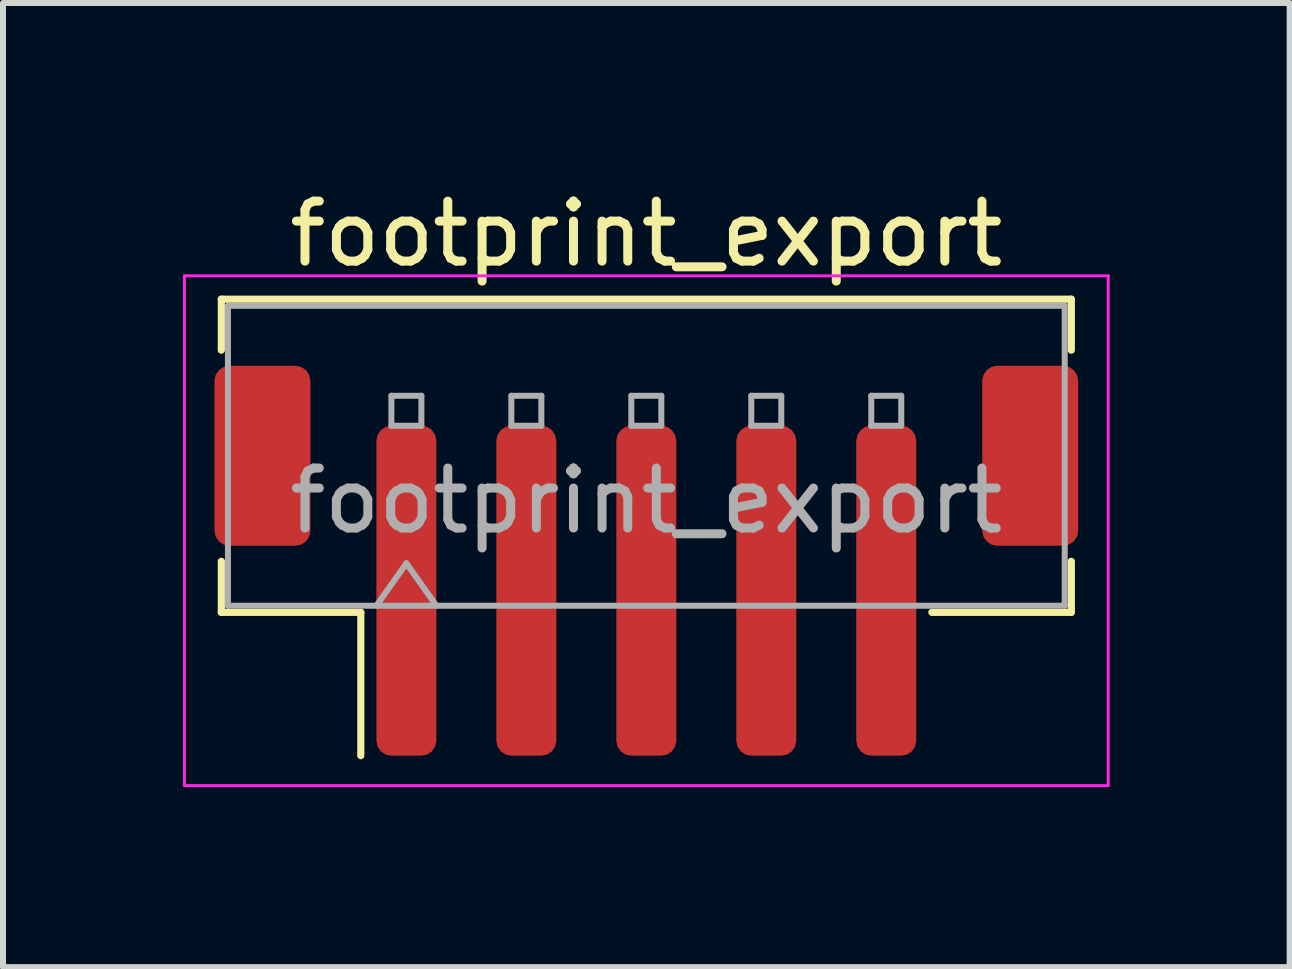
<source format=kicad_pcb>
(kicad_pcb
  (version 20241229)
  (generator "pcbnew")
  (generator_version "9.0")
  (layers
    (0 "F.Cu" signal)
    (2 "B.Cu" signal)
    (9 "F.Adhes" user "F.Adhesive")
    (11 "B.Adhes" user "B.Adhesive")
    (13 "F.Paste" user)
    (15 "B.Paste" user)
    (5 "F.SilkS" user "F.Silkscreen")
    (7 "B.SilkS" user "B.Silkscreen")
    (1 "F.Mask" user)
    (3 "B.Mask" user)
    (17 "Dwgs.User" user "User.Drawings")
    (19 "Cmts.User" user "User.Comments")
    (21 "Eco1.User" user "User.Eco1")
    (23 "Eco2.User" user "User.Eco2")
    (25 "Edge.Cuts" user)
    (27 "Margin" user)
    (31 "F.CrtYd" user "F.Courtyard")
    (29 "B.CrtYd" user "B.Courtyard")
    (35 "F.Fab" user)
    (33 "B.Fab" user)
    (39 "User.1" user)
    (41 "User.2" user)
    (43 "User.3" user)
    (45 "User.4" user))
  (footprint "footprint_export"
    (layer "F.Cu")
    (at 7.725 6.298)
    (property "Reference" "footprint_export" (at 0 -5.45 0) (layer "F.SilkS") (effects (font (size 1 1) (thickness 0.15))))
    (attr smd)
    (fp_line (start -7.085 -4.36) (end 7.085 -4.36) (stroke (width 0.12) (type solid)) (layer "F.SilkS"))
    (fp_line (start -7.085 -3.51) (end -7.085 -4.36) (stroke (width 0.12) (type solid)) (layer "F.SilkS"))
    (fp_line (start -7.085 0.01) (end -7.085 0.86) (stroke (width 0.12) (type solid)) (layer "F.SilkS"))
    (fp_line (start -7.085 0.86) (end -4.76 0.86) (stroke (width 0.12) (type solid)) (layer "F.SilkS"))
    (fp_line (start -4.76 0.86) (end -4.76 3.25) (stroke (width 0.12) (type solid)) (layer "F.SilkS"))
    (fp_line (start 7.085 -4.36) (end 7.085 -3.51) (stroke (width 0.12) (type solid)) (layer "F.SilkS"))
    (fp_line (start 7.085 0.01) (end 7.085 0.86) (stroke (width 0.12) (type solid)) (layer "F.SilkS"))
    (fp_line (start 7.085 0.86) (end 4.76 0.86) (stroke (width 0.12) (type solid)) (layer "F.SilkS"))
    (fp_line (start -7.7 -4.75) (end -7.7 3.75) (stroke (width 0.05) (type solid)) (layer "F.CrtYd"))
    (fp_line (start -7.7 3.75) (end 7.7 3.75) (stroke (width 0.05) (type solid)) (layer "F.CrtYd"))
    (fp_line (start 7.7 -4.75) (end -7.7 -4.75) (stroke (width 0.05) (type solid)) (layer "F.CrtYd"))
    (fp_line (start 7.7 3.75) (end 7.7 -4.75) (stroke (width 0.05) (type solid)) (layer "F.CrtYd"))
    (fp_line (start -6.975 -4.25) (end 6.975 -4.25) (stroke (width 0.1) (type solid)) (layer "F.Fab"))
    (fp_line (start -6.975 0.75) (end -6.975 -4.25) (stroke (width 0.1) (type solid)) (layer "F.Fab"))
    (fp_line (start -6.975 0.75) (end 6.975 0.75) (stroke (width 0.1) (type solid)) (layer "F.Fab"))
    (fp_line (start -4.5 0.75) (end -4 0.043) (stroke (width 0.1) (type solid)) (layer "F.Fab"))
    (fp_line (start -4.25 -2.75) (end -4.25 -2.25) (stroke (width 0.1) (type solid)) (layer "F.Fab"))
    (fp_line (start -4.25 -2.25) (end -3.75 -2.25) (stroke (width 0.1) (type solid)) (layer "F.Fab"))
    (fp_line (start -4 0.043) (end -3.5 0.75) (stroke (width 0.1) (type solid)) (layer "F.Fab"))
    (fp_line (start -3.75 -2.75) (end -4.25 -2.75) (stroke (width 0.1) (type solid)) (layer "F.Fab"))
    (fp_line (start -3.75 -2.25) (end -3.75 -2.75) (stroke (width 0.1) (type solid)) (layer "F.Fab"))
    (fp_line (start -2.25 -2.75) (end -2.25 -2.25) (stroke (width 0.1) (type solid)) (layer "F.Fab"))
    (fp_line (start -2.25 -2.25) (end -1.75 -2.25) (stroke (width 0.1) (type solid)) (layer "F.Fab"))
    (fp_line (start -1.75 -2.75) (end -2.25 -2.75) (stroke (width 0.1) (type solid)) (layer "F.Fab"))
    (fp_line (start -1.75 -2.25) (end -1.75 -2.75) (stroke (width 0.1) (type solid)) (layer "F.Fab"))
    (fp_line (start -0.25 -2.75) (end -0.25 -2.25) (stroke (width 0.1) (type solid)) (layer "F.Fab"))
    (fp_line (start -0.25 -2.25) (end 0.25 -2.25) (stroke (width 0.1) (type solid)) (layer "F.Fab"))
    (fp_line (start 0.25 -2.75) (end -0.25 -2.75) (stroke (width 0.1) (type solid)) (layer "F.Fab"))
    (fp_line (start 0.25 -2.25) (end 0.25 -2.75) (stroke (width 0.1) (type solid)) (layer "F.Fab"))
    (fp_line (start 1.75 -2.75) (end 1.75 -2.25) (stroke (width 0.1) (type solid)) (layer "F.Fab"))
    (fp_line (start 1.75 -2.25) (end 2.25 -2.25) (stroke (width 0.1) (type solid)) (layer "F.Fab"))
    (fp_line (start 2.25 -2.75) (end 1.75 -2.75) (stroke (width 0.1) (type solid)) (layer "F.Fab"))
    (fp_line (start 2.25 -2.25) (end 2.25 -2.75) (stroke (width 0.1) (type solid)) (layer "F.Fab"))
    (fp_line (start 3.75 -2.75) (end 3.75 -2.25) (stroke (width 0.1) (type solid)) (layer "F.Fab"))
    (fp_line (start 3.75 -2.25) (end 4.25 -2.25) (stroke (width 0.1) (type solid)) (layer "F.Fab"))
    (fp_line (start 4.25 -2.75) (end 3.75 -2.75) (stroke (width 0.1) (type solid)) (layer "F.Fab"))
    (fp_line (start 4.25 -2.25) (end 4.25 -2.75) (stroke (width 0.1) (type solid)) (layer "F.Fab"))
    (fp_line (start 6.975 0.75) (end 6.975 -4.25) (stroke (width 0.1) (type solid)) (layer "F.Fab"))
    (fp_text user "${REFERENCE}" (at 0 -1 0) (layer "F.Fab") (effects (font (size 1 1) (thickness 0.15))))
    (pad "1" smd roundrect (at -4 0.5) (size 1 5.5) (layers "F.Cu" "F.Mask" "F.Paste") (roundrect_rratio 0.25))
    (pad "2" smd roundrect (at -2 0.5) (size 1 5.5) (layers "F.Cu" "F.Mask" "F.Paste") (roundrect_rratio 0.25))
    (pad "3" smd roundrect (at 0 0.5) (size 1 5.5) (layers "F.Cu" "F.Mask" "F.Paste") (roundrect_rratio 0.25))
    (pad "4" smd roundrect (at 2 0.5) (size 1 5.5) (layers "F.Cu" "F.Mask" "F.Paste") (roundrect_rratio 0.25))
    (pad "5" smd roundrect (at 4 0.5) (size 1 5.5) (layers "F.Cu" "F.Mask" "F.Paste") (roundrect_rratio 0.25))
    (pad "MP" smd roundrect (at -6.4 -1.75) (size 1.6 3) (layers "F.Cu" "F.Mask" "F.Paste") (roundrect_rratio 0.156))
    (pad "MP" smd roundrect (at 6.4 -1.75) (size 1.6 3) (layers "F.Cu" "F.Mask" "F.Paste") (roundrect_rratio 0.156)))
  (gr_rect
    (start -3 -3)
    (end 18.45 13.073)
    (stroke (width 0.1) (type default))
    (fill no)
    (layer "Edge.Cuts")))
</source>
